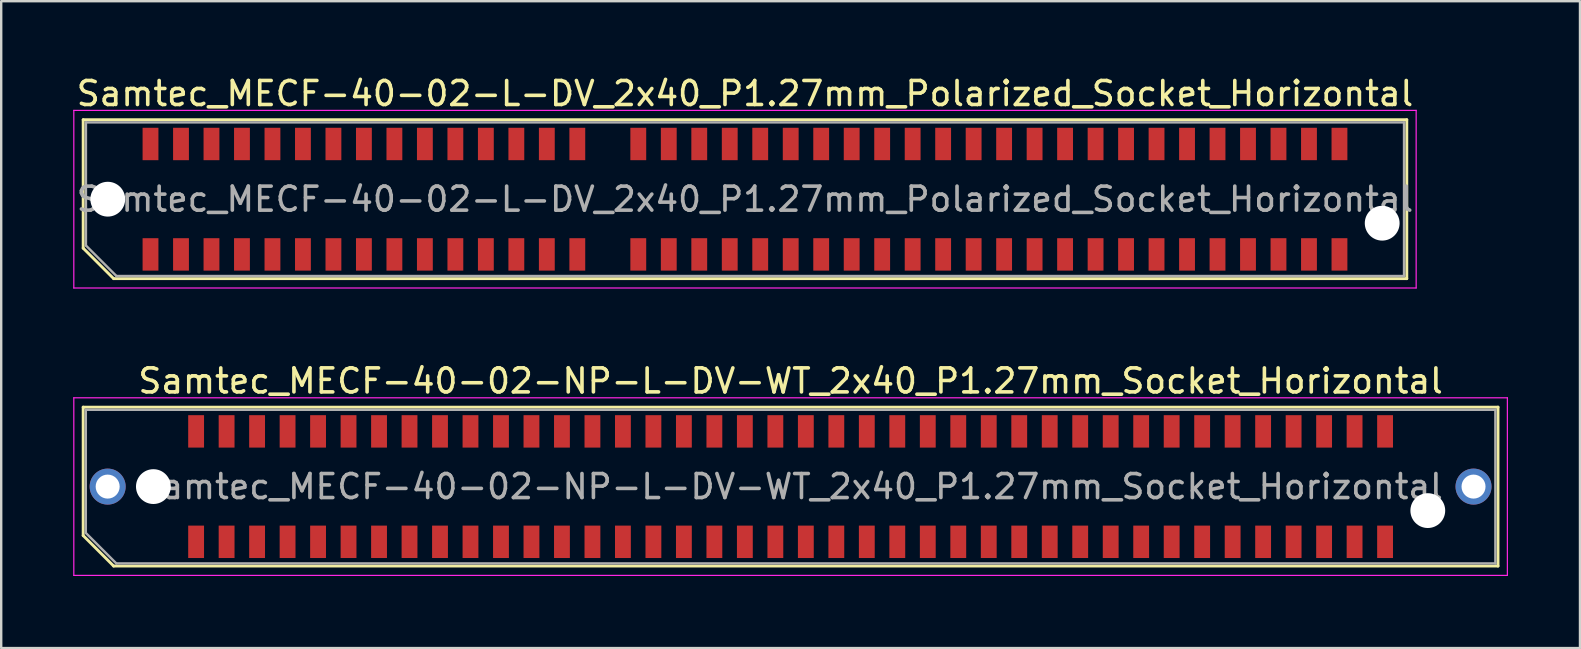
<source format=kicad_pcb>
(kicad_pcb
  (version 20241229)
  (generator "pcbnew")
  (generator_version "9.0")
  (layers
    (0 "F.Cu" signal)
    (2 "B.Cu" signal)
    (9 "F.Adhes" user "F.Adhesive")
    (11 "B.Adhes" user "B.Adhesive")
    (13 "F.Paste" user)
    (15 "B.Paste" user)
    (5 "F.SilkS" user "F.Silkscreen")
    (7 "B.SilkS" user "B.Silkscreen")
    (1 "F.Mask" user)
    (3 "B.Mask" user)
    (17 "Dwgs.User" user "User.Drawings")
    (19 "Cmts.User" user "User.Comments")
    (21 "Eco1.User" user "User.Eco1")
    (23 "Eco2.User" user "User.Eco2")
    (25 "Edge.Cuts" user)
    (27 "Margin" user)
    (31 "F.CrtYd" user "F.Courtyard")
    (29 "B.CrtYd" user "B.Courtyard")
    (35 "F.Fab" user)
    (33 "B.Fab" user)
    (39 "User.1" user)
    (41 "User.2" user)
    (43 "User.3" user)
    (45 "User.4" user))
  (footprint "Samtec_MECF-40-02-NP-L-DV-WT_2x40_P1.27mm_Socket_Horizontal"
    (layer "F.Cu")
    (at 29.885 17.221)
    (property "Reference" "Samtec_MECF-40-02-NP-L-DV-WT_2x40_P1.27mm_Socket_Horizontal" (at 0 -4.4 0) (layer "F.SilkS") (effects (font (size 1 1) (thickness 0.15))))
    (attr smd)
    (fp_line (start -29.47 -3.31) (end 29.47 -3.31) (stroke (width 0.12) (type solid)) (layer "F.SilkS"))
    (fp_line (start -29.47 2.04) (end -29.47 -3.31) (stroke (width 0.12) (type solid)) (layer "F.SilkS"))
    (fp_line (start -28.2 3.31) (end -29.47 2.04) (stroke (width 0.12) (type solid)) (layer "F.SilkS"))
    (fp_line (start -28.2 3.31) (end 29.47 3.31) (stroke (width 0.12) (type solid)) (layer "F.SilkS"))
    (fp_line (start 29.47 3.31) (end 29.47 -3.31) (stroke (width 0.12) (type solid)) (layer "F.SilkS"))
    (fp_line (start -29.86 -3.7) (end -29.86 3.7) (stroke (width 0.05) (type solid)) (layer "F.CrtYd"))
    (fp_line (start -29.86 3.7) (end 29.86 3.7) (stroke (width 0.05) (type solid)) (layer "F.CrtYd"))
    (fp_line (start 29.86 -3.7) (end -29.86 -3.7) (stroke (width 0.05) (type solid)) (layer "F.CrtYd"))
    (fp_line (start 29.86 3.7) (end 29.86 -3.7) (stroke (width 0.05) (type solid)) (layer "F.CrtYd"))
    (fp_line (start -29.36 -3.2) (end 29.36 -3.2) (stroke (width 0.1) (type solid)) (layer "F.Fab"))
    (fp_line (start -29.36 1.93) (end -29.36 -3.2) (stroke (width 0.1) (type solid)) (layer "F.Fab"))
    (fp_line (start -29.36 1.93) (end -28.09 3.2) (stroke (width 0.1) (type solid)) (layer "F.Fab"))
    (fp_line (start -28.09 3.2) (end 29.36 3.2) (stroke (width 0.1) (type solid)) (layer "F.Fab"))
    (fp_line (start 29.36 3.2) (end 29.36 -3.2) (stroke (width 0.1) (type solid)) (layer "F.Fab"))
    (fp_text user "${REFERENCE}" (at 0 0 0) (layer "F.Fab") (effects (font (size 1 1) (thickness 0.15))))
    (pad "" thru_hole circle (at -28.45 0) (size 1.5 1.5) (drill 1) (layers "*.Cu" "*.Mask"))
    (pad "" np_thru_hole circle (at -26.545 0) (size 1.45 1.45) (drill 1.45) (layers "*.Cu" "*.Mask"))
    (pad "" np_thru_hole circle (at 26.545 1) (size 1.45 1.45) (drill 1.45) (layers "*.Cu" "*.Mask"))
    (pad "" thru_hole circle (at 28.45 0) (size 1.5 1.5) (drill 1) (layers "*.Cu" "*.Mask"))
    (pad "1" smd rect (at -24.765 2.3) (size 0.66 1.35) (layers "F.Cu" "F.Mask" "F.Paste"))
    (pad "2" smd rect (at -24.765 -2.3) (size 0.66 1.35) (layers "F.Cu" "F.Mask" "F.Paste"))
    (pad "3" smd rect (at -23.495 2.3) (size 0.66 1.35) (layers "F.Cu" "F.Mask" "F.Paste"))
    (pad "4" smd rect (at -23.495 -2.3) (size 0.66 1.35) (layers "F.Cu" "F.Mask" "F.Paste"))
    (pad "5" smd rect (at -22.225 2.3) (size 0.66 1.35) (layers "F.Cu" "F.Mask" "F.Paste"))
    (pad "6" smd rect (at -22.225 -2.3) (size 0.66 1.35) (layers "F.Cu" "F.Mask" "F.Paste"))
    (pad "7" smd rect (at -20.955 2.3) (size 0.66 1.35) (layers "F.Cu" "F.Mask" "F.Paste"))
    (pad "8" smd rect (at -20.955 -2.3) (size 0.66 1.35) (layers "F.Cu" "F.Mask" "F.Paste"))
    (pad "9" smd rect (at -19.685 2.3) (size 0.66 1.35) (layers "F.Cu" "F.Mask" "F.Paste"))
    (pad "10" smd rect (at -19.685 -2.3) (size 0.66 1.35) (layers "F.Cu" "F.Mask" "F.Paste"))
    (pad "11" smd rect (at -18.415 2.3) (size 0.66 1.35) (layers "F.Cu" "F.Mask" "F.Paste"))
    (pad "12" smd rect (at -18.415 -2.3) (size 0.66 1.35) (layers "F.Cu" "F.Mask" "F.Paste"))
    (pad "13" smd rect (at -17.145 2.3) (size 0.66 1.35) (layers "F.Cu" "F.Mask" "F.Paste"))
    (pad "14" smd rect (at -17.145 -2.3) (size 0.66 1.35) (layers "F.Cu" "F.Mask" "F.Paste"))
    (pad "15" smd rect (at -15.875 2.3) (size 0.66 1.35) (layers "F.Cu" "F.Mask" "F.Paste"))
    (pad "16" smd rect (at -15.875 -2.3) (size 0.66 1.35) (layers "F.Cu" "F.Mask" "F.Paste"))
    (pad "17" smd rect (at -14.605 2.3) (size 0.66 1.35) (layers "F.Cu" "F.Mask" "F.Paste"))
    (pad "18" smd rect (at -14.605 -2.3) (size 0.66 1.35) (layers "F.Cu" "F.Mask" "F.Paste"))
    (pad "19" smd rect (at -13.335 2.3) (size 0.66 1.35) (layers "F.Cu" "F.Mask" "F.Paste"))
    (pad "20" smd rect (at -13.335 -2.3) (size 0.66 1.35) (layers "F.Cu" "F.Mask" "F.Paste"))
    (pad "21" smd rect (at -12.065 2.3) (size 0.66 1.35) (layers "F.Cu" "F.Mask" "F.Paste"))
    (pad "22" smd rect (at -12.065 -2.3) (size 0.66 1.35) (layers "F.Cu" "F.Mask" "F.Paste"))
    (pad "23" smd rect (at -10.795 2.3) (size 0.66 1.35) (layers "F.Cu" "F.Mask" "F.Paste"))
    (pad "24" smd rect (at -10.795 -2.3) (size 0.66 1.35) (layers "F.Cu" "F.Mask" "F.Paste"))
    (pad "25" smd rect (at -9.525 2.3) (size 0.66 1.35) (layers "F.Cu" "F.Mask" "F.Paste"))
    (pad "26" smd rect (at -9.525 -2.3) (size 0.66 1.35) (layers "F.Cu" "F.Mask" "F.Paste"))
    (pad "27" smd rect (at -8.255 2.3) (size 0.66 1.35) (layers "F.Cu" "F.Mask" "F.Paste"))
    (pad "28" smd rect (at -8.255 -2.3) (size 0.66 1.35) (layers "F.Cu" "F.Mask" "F.Paste"))
    (pad "29" smd rect (at -6.985 2.3) (size 0.66 1.35) (layers "F.Cu" "F.Mask" "F.Paste"))
    (pad "30" smd rect (at -6.985 -2.3) (size 0.66 1.35) (layers "F.Cu" "F.Mask" "F.Paste"))
    (pad "31" smd rect (at -5.715 2.3) (size 0.66 1.35) (layers "F.Cu" "F.Mask" "F.Paste"))
    (pad "32" smd rect (at -5.715 -2.3) (size 0.66 1.35) (layers "F.Cu" "F.Mask" "F.Paste"))
    (pad "33" smd rect (at -4.445 2.3) (size 0.66 1.35) (layers "F.Cu" "F.Mask" "F.Paste"))
    (pad "34" smd rect (at -4.445 -2.3) (size 0.66 1.35) (layers "F.Cu" "F.Mask" "F.Paste"))
    (pad "35" smd rect (at -3.175 2.3) (size 0.66 1.35) (layers "F.Cu" "F.Mask" "F.Paste"))
    (pad "36" smd rect (at -3.175 -2.3) (size 0.66 1.35) (layers "F.Cu" "F.Mask" "F.Paste"))
    (pad "37" smd rect (at -1.905 2.3) (size 0.66 1.35) (layers "F.Cu" "F.Mask" "F.Paste"))
    (pad "38" smd rect (at -1.905 -2.3) (size 0.66 1.35) (layers "F.Cu" "F.Mask" "F.Paste"))
    (pad "39" smd rect (at -0.635 2.3) (size 0.66 1.35) (layers "F.Cu" "F.Mask" "F.Paste"))
    (pad "40" smd rect (at -0.635 -2.3) (size 0.66 1.35) (layers "F.Cu" "F.Mask" "F.Paste"))
    (pad "41" smd rect (at 0.635 2.3) (size 0.66 1.35) (layers "F.Cu" "F.Mask" "F.Paste"))
    (pad "42" smd rect (at 0.635 -2.3) (size 0.66 1.35) (layers "F.Cu" "F.Mask" "F.Paste"))
    (pad "43" smd rect (at 1.905 2.3) (size 0.66 1.35) (layers "F.Cu" "F.Mask" "F.Paste"))
    (pad "44" smd rect (at 1.905 -2.3) (size 0.66 1.35) (layers "F.Cu" "F.Mask" "F.Paste"))
    (pad "45" smd rect (at 3.175 2.3) (size 0.66 1.35) (layers "F.Cu" "F.Mask" "F.Paste"))
    (pad "46" smd rect (at 3.175 -2.3) (size 0.66 1.35) (layers "F.Cu" "F.Mask" "F.Paste"))
    (pad "47" smd rect (at 4.445 2.3) (size 0.66 1.35) (layers "F.Cu" "F.Mask" "F.Paste"))
    (pad "48" smd rect (at 4.445 -2.3) (size 0.66 1.35) (layers "F.Cu" "F.Mask" "F.Paste"))
    (pad "49" smd rect (at 5.715 2.3) (size 0.66 1.35) (layers "F.Cu" "F.Mask" "F.Paste"))
    (pad "50" smd rect (at 5.715 -2.3) (size 0.66 1.35) (layers "F.Cu" "F.Mask" "F.Paste"))
    (pad "51" smd rect (at 6.985 2.3) (size 0.66 1.35) (layers "F.Cu" "F.Mask" "F.Paste"))
    (pad "52" smd rect (at 6.985 -2.3) (size 0.66 1.35) (layers "F.Cu" "F.Mask" "F.Paste"))
    (pad "53" smd rect (at 8.255 2.3) (size 0.66 1.35) (layers "F.Cu" "F.Mask" "F.Paste"))
    (pad "54" smd rect (at 8.255 -2.3) (size 0.66 1.35) (layers "F.Cu" "F.Mask" "F.Paste"))
    (pad "55" smd rect (at 9.525 2.3) (size 0.66 1.35) (layers "F.Cu" "F.Mask" "F.Paste"))
    (pad "56" smd rect (at 9.525 -2.3) (size 0.66 1.35) (layers "F.Cu" "F.Mask" "F.Paste"))
    (pad "57" smd rect (at 10.795 2.3) (size 0.66 1.35) (layers "F.Cu" "F.Mask" "F.Paste"))
    (pad "58" smd rect (at 10.795 -2.3) (size 0.66 1.35) (layers "F.Cu" "F.Mask" "F.Paste"))
    (pad "59" smd rect (at 12.065 2.3) (size 0.66 1.35) (layers "F.Cu" "F.Mask" "F.Paste"))
    (pad "60" smd rect (at 12.065 -2.3) (size 0.66 1.35) (layers "F.Cu" "F.Mask" "F.Paste"))
    (pad "61" smd rect (at 13.335 2.3) (size 0.66 1.35) (layers "F.Cu" "F.Mask" "F.Paste"))
    (pad "62" smd rect (at 13.335 -2.3) (size 0.66 1.35) (layers "F.Cu" "F.Mask" "F.Paste"))
    (pad "63" smd rect (at 14.605 2.3) (size 0.66 1.35) (layers "F.Cu" "F.Mask" "F.Paste"))
    (pad "64" smd rect (at 14.605 -2.3) (size 0.66 1.35) (layers "F.Cu" "F.Mask" "F.Paste"))
    (pad "65" smd rect (at 15.875 2.3) (size 0.66 1.35) (layers "F.Cu" "F.Mask" "F.Paste"))
    (pad "66" smd rect (at 15.875 -2.3) (size 0.66 1.35) (layers "F.Cu" "F.Mask" "F.Paste"))
    (pad "67" smd rect (at 17.145 2.3) (size 0.66 1.35) (layers "F.Cu" "F.Mask" "F.Paste"))
    (pad "68" smd rect (at 17.145 -2.3) (size 0.66 1.35) (layers "F.Cu" "F.Mask" "F.Paste"))
    (pad "69" smd rect (at 18.415 2.3) (size 0.66 1.35) (layers "F.Cu" "F.Mask" "F.Paste"))
    (pad "70" smd rect (at 18.415 -2.3) (size 0.66 1.35) (layers "F.Cu" "F.Mask" "F.Paste"))
    (pad "71" smd rect (at 19.685 2.3) (size 0.66 1.35) (layers "F.Cu" "F.Mask" "F.Paste"))
    (pad "72" smd rect (at 19.685 -2.3) (size 0.66 1.35) (layers "F.Cu" "F.Mask" "F.Paste"))
    (pad "73" smd rect (at 20.955 2.3) (size 0.66 1.35) (layers "F.Cu" "F.Mask" "F.Paste"))
    (pad "74" smd rect (at 20.955 -2.3) (size 0.66 1.35) (layers "F.Cu" "F.Mask" "F.Paste"))
    (pad "75" smd rect (at 22.225 2.3) (size 0.66 1.35) (layers "F.Cu" "F.Mask" "F.Paste"))
    (pad "76" smd rect (at 22.225 -2.3) (size 0.66 1.35) (layers "F.Cu" "F.Mask" "F.Paste"))
    (pad "77" smd rect (at 23.495 2.3) (size 0.66 1.35) (layers "F.Cu" "F.Mask" "F.Paste"))
    (pad "78" smd rect (at 23.495 -2.3) (size 0.66 1.35) (layers "F.Cu" "F.Mask" "F.Paste"))
    (pad "79" smd rect (at 24.765 2.3) (size 0.66 1.35) (layers "F.Cu" "F.Mask" "F.Paste"))
    (pad "80" smd rect (at 24.765 -2.3) (size 0.66 1.35) (layers "F.Cu" "F.Mask" "F.Paste")))
  (footprint "Samtec_MECF-40-02-L-DV_2x40_P1.27mm_Polarized_Socket_Horizontal"
    (layer "F.Cu")
    (at 27.985 5.248)
    (property "Reference" "Samtec_MECF-40-02-L-DV_2x40_P1.27mm_Polarized_Socket_Horizontal" (at 0 -4.4 0) (layer "F.SilkS") (effects (font (size 1 1) (thickness 0.15))))
    (attr smd)
    (fp_line (start -27.57 -3.31) (end 27.57 -3.31) (stroke (width 0.12) (type solid)) (layer "F.SilkS"))
    (fp_line (start -27.57 2.04) (end -27.57 -3.31) (stroke (width 0.12) (type solid)) (layer "F.SilkS"))
    (fp_line (start -26.3 3.31) (end -27.57 2.04) (stroke (width 0.12) (type solid)) (layer "F.SilkS"))
    (fp_line (start -26.3 3.31) (end 27.57 3.31) (stroke (width 0.12) (type solid)) (layer "F.SilkS"))
    (fp_line (start 27.57 3.31) (end 27.57 -3.31) (stroke (width 0.12) (type solid)) (layer "F.SilkS"))
    (fp_line (start -27.96 -3.7) (end -27.96 3.7) (stroke (width 0.05) (type solid)) (layer "F.CrtYd"))
    (fp_line (start -27.96 3.7) (end 27.96 3.7) (stroke (width 0.05) (type solid)) (layer "F.CrtYd"))
    (fp_line (start 27.96 -3.7) (end -27.96 -3.7) (stroke (width 0.05) (type solid)) (layer "F.CrtYd"))
    (fp_line (start 27.96 3.7) (end 27.96 -3.7) (stroke (width 0.05) (type solid)) (layer "F.CrtYd"))
    (fp_line (start -27.455 -3.2) (end 27.455 -3.2) (stroke (width 0.1) (type solid)) (layer "F.Fab"))
    (fp_line (start -27.455 1.93) (end -27.455 -3.2) (stroke (width 0.1) (type solid)) (layer "F.Fab"))
    (fp_line (start -27.455 1.93) (end -26.185 3.2) (stroke (width 0.1) (type solid)) (layer "F.Fab"))
    (fp_line (start -26.185 3.2) (end 27.455 3.2) (stroke (width 0.1) (type solid)) (layer "F.Fab"))
    (fp_line (start 27.455 3.2) (end 27.455 -3.2) (stroke (width 0.1) (type solid)) (layer "F.Fab"))
    (fp_text user "${REFERENCE}" (at 0 0 0) (layer "F.Fab") (effects (font (size 1 1) (thickness 0.15))))
    (pad "" np_thru_hole circle (at -26.545 0) (size 1.45 1.45) (drill 1.45) (layers "*.Cu" "*.Mask"))
    (pad "" np_thru_hole circle (at 26.545 1) (size 1.45 1.45) (drill 1.45) (layers "*.Cu" "*.Mask"))
    (pad "1" smd rect (at -24.765 2.3) (size 0.66 1.35) (layers "F.Cu" "F.Mask" "F.Paste"))
    (pad "2" smd rect (at -24.765 -2.3) (size 0.66 1.35) (layers "F.Cu" "F.Mask" "F.Paste"))
    (pad "3" smd rect (at -23.495 2.3) (size 0.66 1.35) (layers "F.Cu" "F.Mask" "F.Paste"))
    (pad "4" smd rect (at -23.495 -2.3) (size 0.66 1.35) (layers "F.Cu" "F.Mask" "F.Paste"))
    (pad "5" smd rect (at -22.225 2.3) (size 0.66 1.35) (layers "F.Cu" "F.Mask" "F.Paste"))
    (pad "6" smd rect (at -22.225 -2.3) (size 0.66 1.35) (layers "F.Cu" "F.Mask" "F.Paste"))
    (pad "7" smd rect (at -20.955 2.3) (size 0.66 1.35) (layers "F.Cu" "F.Mask" "F.Paste"))
    (pad "8" smd rect (at -20.955 -2.3) (size 0.66 1.35) (layers "F.Cu" "F.Mask" "F.Paste"))
    (pad "9" smd rect (at -19.685 2.3) (size 0.66 1.35) (layers "F.Cu" "F.Mask" "F.Paste"))
    (pad "10" smd rect (at -19.685 -2.3) (size 0.66 1.35) (layers "F.Cu" "F.Mask" "F.Paste"))
    (pad "11" smd rect (at -18.415 2.3) (size 0.66 1.35) (layers "F.Cu" "F.Mask" "F.Paste"))
    (pad "12" smd rect (at -18.415 -2.3) (size 0.66 1.35) (layers "F.Cu" "F.Mask" "F.Paste"))
    (pad "13" smd rect (at -17.145 2.3) (size 0.66 1.35) (layers "F.Cu" "F.Mask" "F.Paste"))
    (pad "14" smd rect (at -17.145 -2.3) (size 0.66 1.35) (layers "F.Cu" "F.Mask" "F.Paste"))
    (pad "15" smd rect (at -15.875 2.3) (size 0.66 1.35) (layers "F.Cu" "F.Mask" "F.Paste"))
    (pad "16" smd rect (at -15.875 -2.3) (size 0.66 1.35) (layers "F.Cu" "F.Mask" "F.Paste"))
    (pad "17" smd rect (at -14.605 2.3) (size 0.66 1.35) (layers "F.Cu" "F.Mask" "F.Paste"))
    (pad "18" smd rect (at -14.605 -2.3) (size 0.66 1.35) (layers "F.Cu" "F.Mask" "F.Paste"))
    (pad "19" smd rect (at -13.335 2.3) (size 0.66 1.35) (layers "F.Cu" "F.Mask" "F.Paste"))
    (pad "20" smd rect (at -13.335 -2.3) (size 0.66 1.35) (layers "F.Cu" "F.Mask" "F.Paste"))
    (pad "21" smd rect (at -12.065 2.3) (size 0.66 1.35) (layers "F.Cu" "F.Mask" "F.Paste"))
    (pad "22" smd rect (at -12.065 -2.3) (size 0.66 1.35) (layers "F.Cu" "F.Mask" "F.Paste"))
    (pad "23" smd rect (at -10.795 2.3) (size 0.66 1.35) (layers "F.Cu" "F.Mask" "F.Paste"))
    (pad "24" smd rect (at -10.795 -2.3) (size 0.66 1.35) (layers "F.Cu" "F.Mask" "F.Paste"))
    (pad "25" smd rect (at -9.525 2.3) (size 0.66 1.35) (layers "F.Cu" "F.Mask" "F.Paste"))
    (pad "26" smd rect (at -9.525 -2.3) (size 0.66 1.35) (layers "F.Cu" "F.Mask" "F.Paste"))
    (pad "27" smd rect (at -8.255 2.3) (size 0.66 1.35) (layers "F.Cu" "F.Mask" "F.Paste"))
    (pad "28" smd rect (at -8.255 -2.3) (size 0.66 1.35) (layers "F.Cu" "F.Mask" "F.Paste"))
    (pad "29" smd rect (at -6.985 2.3) (size 0.66 1.35) (layers "F.Cu" "F.Mask" "F.Paste"))
    (pad "30" smd rect (at -6.985 -2.3) (size 0.66 1.35) (layers "F.Cu" "F.Mask" "F.Paste"))
    (pad "33" smd rect (at -4.445 2.3) (size 0.66 1.35) (layers "F.Cu" "F.Mask" "F.Paste"))
    (pad "34" smd rect (at -4.445 -2.3) (size 0.66 1.35) (layers "F.Cu" "F.Mask" "F.Paste"))
    (pad "35" smd rect (at -3.175 2.3) (size 0.66 1.35) (layers "F.Cu" "F.Mask" "F.Paste"))
    (pad "36" smd rect (at -3.175 -2.3) (size 0.66 1.35) (layers "F.Cu" "F.Mask" "F.Paste"))
    (pad "37" smd rect (at -1.905 2.3) (size 0.66 1.35) (layers "F.Cu" "F.Mask" "F.Paste"))
    (pad "38" smd rect (at -1.905 -2.3) (size 0.66 1.35) (layers "F.Cu" "F.Mask" "F.Paste"))
    (pad "39" smd rect (at -0.635 2.3) (size 0.66 1.35) (layers "F.Cu" "F.Mask" "F.Paste"))
    (pad "40" smd rect (at -0.635 -2.3) (size 0.66 1.35) (layers "F.Cu" "F.Mask" "F.Paste"))
    (pad "41" smd rect (at 0.635 2.3) (size 0.66 1.35) (layers "F.Cu" "F.Mask" "F.Paste"))
    (pad "42" smd rect (at 0.635 -2.3) (size 0.66 1.35) (layers "F.Cu" "F.Mask" "F.Paste"))
    (pad "43" smd rect (at 1.905 2.3) (size 0.66 1.35) (layers "F.Cu" "F.Mask" "F.Paste"))
    (pad "44" smd rect (at 1.905 -2.3) (size 0.66 1.35) (layers "F.Cu" "F.Mask" "F.Paste"))
    (pad "45" smd rect (at 3.175 2.3) (size 0.66 1.35) (layers "F.Cu" "F.Mask" "F.Paste"))
    (pad "46" smd rect (at 3.175 -2.3) (size 0.66 1.35) (layers "F.Cu" "F.Mask" "F.Paste"))
    (pad "47" smd rect (at 4.445 2.3) (size 0.66 1.35) (layers "F.Cu" "F.Mask" "F.Paste"))
    (pad "48" smd rect (at 4.445 -2.3) (size 0.66 1.35) (layers "F.Cu" "F.Mask" "F.Paste"))
    (pad "49" smd rect (at 5.715 2.3) (size 0.66 1.35) (layers "F.Cu" "F.Mask" "F.Paste"))
    (pad "50" smd rect (at 5.715 -2.3) (size 0.66 1.35) (layers "F.Cu" "F.Mask" "F.Paste"))
    (pad "51" smd rect (at 6.985 2.3) (size 0.66 1.35) (layers "F.Cu" "F.Mask" "F.Paste"))
    (pad "52" smd rect (at 6.985 -2.3) (size 0.66 1.35) (layers "F.Cu" "F.Mask" "F.Paste"))
    (pad "53" smd rect (at 8.255 2.3) (size 0.66 1.35) (layers "F.Cu" "F.Mask" "F.Paste"))
    (pad "54" smd rect (at 8.255 -2.3) (size 0.66 1.35) (layers "F.Cu" "F.Mask" "F.Paste"))
    (pad "55" smd rect (at 9.525 2.3) (size 0.66 1.35) (layers "F.Cu" "F.Mask" "F.Paste"))
    (pad "56" smd rect (at 9.525 -2.3) (size 0.66 1.35) (layers "F.Cu" "F.Mask" "F.Paste"))
    (pad "57" smd rect (at 10.795 2.3) (size 0.66 1.35) (layers "F.Cu" "F.Mask" "F.Paste"))
    (pad "58" smd rect (at 10.795 -2.3) (size 0.66 1.35) (layers "F.Cu" "F.Mask" "F.Paste"))
    (pad "59" smd rect (at 12.065 2.3) (size 0.66 1.35) (layers "F.Cu" "F.Mask" "F.Paste"))
    (pad "60" smd rect (at 12.065 -2.3) (size 0.66 1.35) (layers "F.Cu" "F.Mask" "F.Paste"))
    (pad "61" smd rect (at 13.335 2.3) (size 0.66 1.35) (layers "F.Cu" "F.Mask" "F.Paste"))
    (pad "62" smd rect (at 13.335 -2.3) (size 0.66 1.35) (layers "F.Cu" "F.Mask" "F.Paste"))
    (pad "63" smd rect (at 14.605 2.3) (size 0.66 1.35) (layers "F.Cu" "F.Mask" "F.Paste"))
    (pad "64" smd rect (at 14.605 -2.3) (size 0.66 1.35) (layers "F.Cu" "F.Mask" "F.Paste"))
    (pad "65" smd rect (at 15.875 2.3) (size 0.66 1.35) (layers "F.Cu" "F.Mask" "F.Paste"))
    (pad "66" smd rect (at 15.875 -2.3) (size 0.66 1.35) (layers "F.Cu" "F.Mask" "F.Paste"))
    (pad "67" smd rect (at 17.145 2.3) (size 0.66 1.35) (layers "F.Cu" "F.Mask" "F.Paste"))
    (pad "68" smd rect (at 17.145 -2.3) (size 0.66 1.35) (layers "F.Cu" "F.Mask" "F.Paste"))
    (pad "69" smd rect (at 18.415 2.3) (size 0.66 1.35) (layers "F.Cu" "F.Mask" "F.Paste"))
    (pad "70" smd rect (at 18.415 -2.3) (size 0.66 1.35) (layers "F.Cu" "F.Mask" "F.Paste"))
    (pad "71" smd rect (at 19.685 2.3) (size 0.66 1.35) (layers "F.Cu" "F.Mask" "F.Paste"))
    (pad "72" smd rect (at 19.685 -2.3) (size 0.66 1.35) (layers "F.Cu" "F.Mask" "F.Paste"))
    (pad "73" smd rect (at 20.955 2.3) (size 0.66 1.35) (layers "F.Cu" "F.Mask" "F.Paste"))
    (pad "74" smd rect (at 20.955 -2.3) (size 0.66 1.35) (layers "F.Cu" "F.Mask" "F.Paste"))
    (pad "75" smd rect (at 22.225 2.3) (size 0.66 1.35) (layers "F.Cu" "F.Mask" "F.Paste"))
    (pad "76" smd rect (at 22.225 -2.3) (size 0.66 1.35) (layers "F.Cu" "F.Mask" "F.Paste"))
    (pad "77" smd rect (at 23.495 2.3) (size 0.66 1.35) (layers "F.Cu" "F.Mask" "F.Paste"))
    (pad "78" smd rect (at 23.495 -2.3) (size 0.66 1.35) (layers "F.Cu" "F.Mask" "F.Paste"))
    (pad "79" smd rect (at 24.765 2.3) (size 0.66 1.35) (layers "F.Cu" "F.Mask" "F.Paste"))
    (pad "80" smd rect (at 24.765 -2.3) (size 0.66 1.35) (layers "F.Cu" "F.Mask" "F.Paste")))
  (gr_rect
    (start -3 -3)
    (end 62.77 23.947)
    (stroke (width 0.1) (type default))
    (fill no)
    (layer "Edge.Cuts")))
</source>
